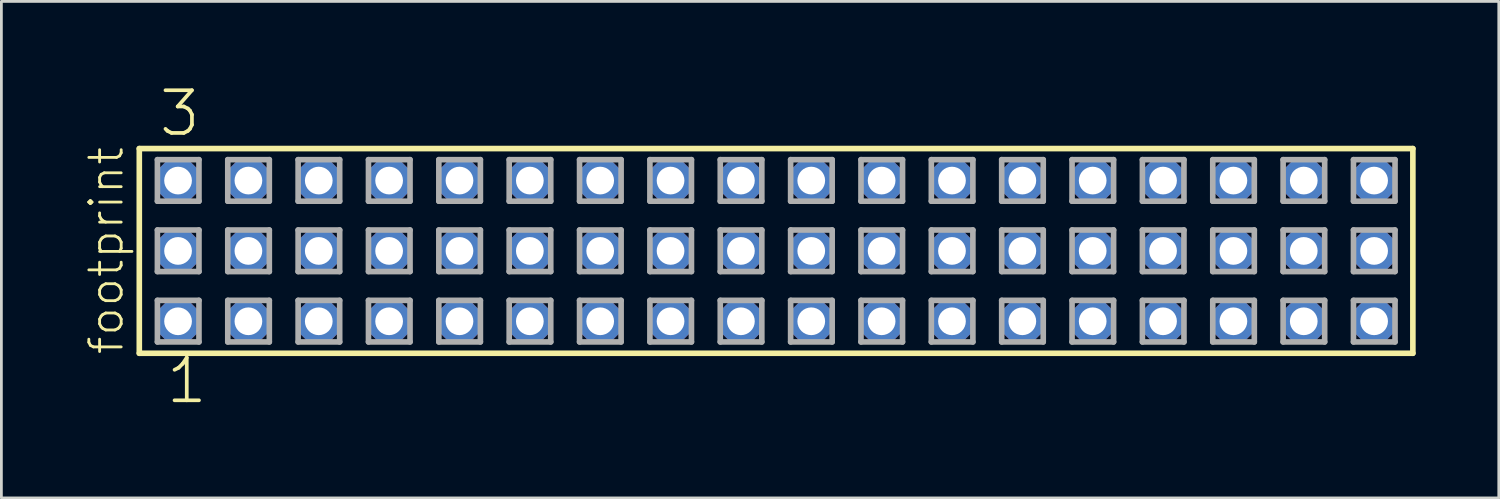
<source format=kicad_pcb>
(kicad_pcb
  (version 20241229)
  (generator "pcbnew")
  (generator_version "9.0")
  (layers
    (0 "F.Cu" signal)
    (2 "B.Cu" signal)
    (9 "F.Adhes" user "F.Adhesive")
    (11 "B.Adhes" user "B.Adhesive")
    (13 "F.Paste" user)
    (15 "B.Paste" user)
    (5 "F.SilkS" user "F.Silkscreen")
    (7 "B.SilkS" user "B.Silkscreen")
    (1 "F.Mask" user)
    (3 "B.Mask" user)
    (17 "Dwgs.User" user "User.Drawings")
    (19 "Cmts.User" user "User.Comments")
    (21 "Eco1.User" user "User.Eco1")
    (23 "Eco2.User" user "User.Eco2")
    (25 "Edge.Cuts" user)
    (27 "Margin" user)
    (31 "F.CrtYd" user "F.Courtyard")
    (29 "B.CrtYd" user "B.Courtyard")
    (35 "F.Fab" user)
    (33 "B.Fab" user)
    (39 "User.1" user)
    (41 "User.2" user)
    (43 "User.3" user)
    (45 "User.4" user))
  (footprint "footprint"
    (layer "F.Cu")
    (at 24.968 6.009)
    (property "Reference" "footprint" (at -23.495 3.81 90) (layer "F.SilkS") (effects (font (size 1.168 1.168) (thickness 0.102)) (justify left bottom)))
    (fp_line (start -22.989 -3.695) (end 22.989 -3.695) (stroke (width 0.203) (type solid)) (layer "F.SilkS"))
    (fp_line (start -22.989 3.695) (end -22.989 -3.695) (stroke (width 0.203) (type solid)) (layer "F.SilkS"))
    (fp_line (start 22.989 -3.695) (end 22.989 3.695) (stroke (width 0.203) (type solid)) (layer "F.SilkS"))
    (fp_line (start 22.989 3.695) (end -22.989 3.695) (stroke (width 0.203) (type solid)) (layer "F.SilkS"))
    (fp_line (start -22.335 -3.295) (end -20.835 -3.295) (stroke (width 0.203) (type solid)) (layer "F.Fab"))
    (fp_line (start -22.335 -1.795) (end -22.335 -3.295) (stroke (width 0.203) (type solid)) (layer "F.Fab"))
    (fp_line (start -22.335 -0.755) (end -20.835 -0.755) (stroke (width 0.203) (type solid)) (layer "F.Fab"))
    (fp_line (start -22.335 0.745) (end -22.335 -0.755) (stroke (width 0.203) (type solid)) (layer "F.Fab"))
    (fp_line (start -22.335 1.785) (end -20.835 1.785) (stroke (width 0.203) (type solid)) (layer "F.Fab"))
    (fp_line (start -22.335 3.285) (end -22.335 1.785) (stroke (width 0.203) (type solid)) (layer "F.Fab"))
    (fp_line (start -20.835 -3.295) (end -20.835 -1.795) (stroke (width 0.203) (type solid)) (layer "F.Fab"))
    (fp_line (start -20.835 -1.795) (end -22.335 -1.795) (stroke (width 0.203) (type solid)) (layer "F.Fab"))
    (fp_line (start -20.835 -0.755) (end -20.835 0.745) (stroke (width 0.203) (type solid)) (layer "F.Fab"))
    (fp_line (start -20.835 0.745) (end -22.335 0.745) (stroke (width 0.203) (type solid)) (layer "F.Fab"))
    (fp_line (start -20.835 1.785) (end -20.835 3.285) (stroke (width 0.203) (type solid)) (layer "F.Fab"))
    (fp_line (start -20.835 3.285) (end -22.335 3.285) (stroke (width 0.203) (type solid)) (layer "F.Fab"))
    (fp_line (start -19.795 -3.295) (end -18.295 -3.295) (stroke (width 0.203) (type solid)) (layer "F.Fab"))
    (fp_line (start -19.795 -1.795) (end -19.795 -3.295) (stroke (width 0.203) (type solid)) (layer "F.Fab"))
    (fp_line (start -19.795 -0.755) (end -18.295 -0.755) (stroke (width 0.203) (type solid)) (layer "F.Fab"))
    (fp_line (start -19.795 0.745) (end -19.795 -0.755) (stroke (width 0.203) (type solid)) (layer "F.Fab"))
    (fp_line (start -19.795 1.785) (end -18.295 1.785) (stroke (width 0.203) (type solid)) (layer "F.Fab"))
    (fp_line (start -19.795 3.285) (end -19.795 1.785) (stroke (width 0.203) (type solid)) (layer "F.Fab"))
    (fp_line (start -18.295 -3.295) (end -18.295 -1.795) (stroke (width 0.203) (type solid)) (layer "F.Fab"))
    (fp_line (start -18.295 -1.795) (end -19.795 -1.795) (stroke (width 0.203) (type solid)) (layer "F.Fab"))
    (fp_line (start -18.295 -0.755) (end -18.295 0.745) (stroke (width 0.203) (type solid)) (layer "F.Fab"))
    (fp_line (start -18.295 0.745) (end -19.795 0.745) (stroke (width 0.203) (type solid)) (layer "F.Fab"))
    (fp_line (start -18.295 1.785) (end -18.295 3.285) (stroke (width 0.203) (type solid)) (layer "F.Fab"))
    (fp_line (start -18.295 3.285) (end -19.795 3.285) (stroke (width 0.203) (type solid)) (layer "F.Fab"))
    (fp_line (start -17.255 -3.295) (end -15.755 -3.295) (stroke (width 0.203) (type solid)) (layer "F.Fab"))
    (fp_line (start -17.255 -1.795) (end -17.255 -3.295) (stroke (width 0.203) (type solid)) (layer "F.Fab"))
    (fp_line (start -17.255 -0.755) (end -15.755 -0.755) (stroke (width 0.203) (type solid)) (layer "F.Fab"))
    (fp_line (start -17.255 0.745) (end -17.255 -0.755) (stroke (width 0.203) (type solid)) (layer "F.Fab"))
    (fp_line (start -17.255 1.785) (end -15.755 1.785) (stroke (width 0.203) (type solid)) (layer "F.Fab"))
    (fp_line (start -17.255 3.285) (end -17.255 1.785) (stroke (width 0.203) (type solid)) (layer "F.Fab"))
    (fp_line (start -15.755 -3.295) (end -15.755 -1.795) (stroke (width 0.203) (type solid)) (layer "F.Fab"))
    (fp_line (start -15.755 -1.795) (end -17.255 -1.795) (stroke (width 0.203) (type solid)) (layer "F.Fab"))
    (fp_line (start -15.755 -0.755) (end -15.755 0.745) (stroke (width 0.203) (type solid)) (layer "F.Fab"))
    (fp_line (start -15.755 0.745) (end -17.255 0.745) (stroke (width 0.203) (type solid)) (layer "F.Fab"))
    (fp_line (start -15.755 1.785) (end -15.755 3.285) (stroke (width 0.203) (type solid)) (layer "F.Fab"))
    (fp_line (start -15.755 3.285) (end -17.255 3.285) (stroke (width 0.203) (type solid)) (layer "F.Fab"))
    (fp_line (start -14.715 -3.295) (end -13.215 -3.295) (stroke (width 0.203) (type solid)) (layer "F.Fab"))
    (fp_line (start -14.715 -1.795) (end -14.715 -3.295) (stroke (width 0.203) (type solid)) (layer "F.Fab"))
    (fp_line (start -14.715 -0.755) (end -13.215 -0.755) (stroke (width 0.203) (type solid)) (layer "F.Fab"))
    (fp_line (start -14.715 0.745) (end -14.715 -0.755) (stroke (width 0.203) (type solid)) (layer "F.Fab"))
    (fp_line (start -14.715 1.785) (end -13.215 1.785) (stroke (width 0.203) (type solid)) (layer "F.Fab"))
    (fp_line (start -14.715 3.285) (end -14.715 1.785) (stroke (width 0.203) (type solid)) (layer "F.Fab"))
    (fp_line (start -13.215 -3.295) (end -13.215 -1.795) (stroke (width 0.203) (type solid)) (layer "F.Fab"))
    (fp_line (start -13.215 -1.795) (end -14.715 -1.795) (stroke (width 0.203) (type solid)) (layer "F.Fab"))
    (fp_line (start -13.215 -0.755) (end -13.215 0.745) (stroke (width 0.203) (type solid)) (layer "F.Fab"))
    (fp_line (start -13.215 0.745) (end -14.715 0.745) (stroke (width 0.203) (type solid)) (layer "F.Fab"))
    (fp_line (start -13.215 1.785) (end -13.215 3.285) (stroke (width 0.203) (type solid)) (layer "F.Fab"))
    (fp_line (start -13.215 3.285) (end -14.715 3.285) (stroke (width 0.203) (type solid)) (layer "F.Fab"))
    (fp_line (start -12.175 -3.295) (end -10.675 -3.295) (stroke (width 0.203) (type solid)) (layer "F.Fab"))
    (fp_line (start -12.175 -1.795) (end -12.175 -3.295) (stroke (width 0.203) (type solid)) (layer "F.Fab"))
    (fp_line (start -12.175 -0.755) (end -10.675 -0.755) (stroke (width 0.203) (type solid)) (layer "F.Fab"))
    (fp_line (start -12.175 0.745) (end -12.175 -0.755) (stroke (width 0.203) (type solid)) (layer "F.Fab"))
    (fp_line (start -12.175 1.785) (end -10.675 1.785) (stroke (width 0.203) (type solid)) (layer "F.Fab"))
    (fp_line (start -12.175 3.285) (end -12.175 1.785) (stroke (width 0.203) (type solid)) (layer "F.Fab"))
    (fp_line (start -10.675 -3.295) (end -10.675 -1.795) (stroke (width 0.203) (type solid)) (layer "F.Fab"))
    (fp_line (start -10.675 -1.795) (end -12.175 -1.795) (stroke (width 0.203) (type solid)) (layer "F.Fab"))
    (fp_line (start -10.675 -0.755) (end -10.675 0.745) (stroke (width 0.203) (type solid)) (layer "F.Fab"))
    (fp_line (start -10.675 0.745) (end -12.175 0.745) (stroke (width 0.203) (type solid)) (layer "F.Fab"))
    (fp_line (start -10.675 1.785) (end -10.675 3.285) (stroke (width 0.203) (type solid)) (layer "F.Fab"))
    (fp_line (start -10.675 3.285) (end -12.175 3.285) (stroke (width 0.203) (type solid)) (layer "F.Fab"))
    (fp_line (start -9.635 -3.295) (end -8.135 -3.295) (stroke (width 0.203) (type solid)) (layer "F.Fab"))
    (fp_line (start -9.635 -1.795) (end -9.635 -3.295) (stroke (width 0.203) (type solid)) (layer "F.Fab"))
    (fp_line (start -9.635 -0.755) (end -8.135 -0.755) (stroke (width 0.203) (type solid)) (layer "F.Fab"))
    (fp_line (start -9.635 0.745) (end -9.635 -0.755) (stroke (width 0.203) (type solid)) (layer "F.Fab"))
    (fp_line (start -9.635 1.785) (end -8.135 1.785) (stroke (width 0.203) (type solid)) (layer "F.Fab"))
    (fp_line (start -9.635 3.285) (end -9.635 1.785) (stroke (width 0.203) (type solid)) (layer "F.Fab"))
    (fp_line (start -8.135 -3.295) (end -8.135 -1.795) (stroke (width 0.203) (type solid)) (layer "F.Fab"))
    (fp_line (start -8.135 -1.795) (end -9.635 -1.795) (stroke (width 0.203) (type solid)) (layer "F.Fab"))
    (fp_line (start -8.135 -0.755) (end -8.135 0.745) (stroke (width 0.203) (type solid)) (layer "F.Fab"))
    (fp_line (start -8.135 0.745) (end -9.635 0.745) (stroke (width 0.203) (type solid)) (layer "F.Fab"))
    (fp_line (start -8.135 1.785) (end -8.135 3.285) (stroke (width 0.203) (type solid)) (layer "F.Fab"))
    (fp_line (start -8.135 3.285) (end -9.635 3.285) (stroke (width 0.203) (type solid)) (layer "F.Fab"))
    (fp_line (start -7.095 -3.295) (end -5.595 -3.295) (stroke (width 0.203) (type solid)) (layer "F.Fab"))
    (fp_line (start -7.095 -1.795) (end -7.095 -3.295) (stroke (width 0.203) (type solid)) (layer "F.Fab"))
    (fp_line (start -7.095 -0.755) (end -5.595 -0.755) (stroke (width 0.203) (type solid)) (layer "F.Fab"))
    (fp_line (start -7.095 0.745) (end -7.095 -0.755) (stroke (width 0.203) (type solid)) (layer "F.Fab"))
    (fp_line (start -7.095 1.785) (end -5.595 1.785) (stroke (width 0.203) (type solid)) (layer "F.Fab"))
    (fp_line (start -7.095 3.285) (end -7.095 1.785) (stroke (width 0.203) (type solid)) (layer "F.Fab"))
    (fp_line (start -5.595 -3.295) (end -5.595 -1.795) (stroke (width 0.203) (type solid)) (layer "F.Fab"))
    (fp_line (start -5.595 -1.795) (end -7.095 -1.795) (stroke (width 0.203) (type solid)) (layer "F.Fab"))
    (fp_line (start -5.595 -0.755) (end -5.595 0.745) (stroke (width 0.203) (type solid)) (layer "F.Fab"))
    (fp_line (start -5.595 0.745) (end -7.095 0.745) (stroke (width 0.203) (type solid)) (layer "F.Fab"))
    (fp_line (start -5.595 1.785) (end -5.595 3.285) (stroke (width 0.203) (type solid)) (layer "F.Fab"))
    (fp_line (start -5.595 3.285) (end -7.095 3.285) (stroke (width 0.203) (type solid)) (layer "F.Fab"))
    (fp_line (start -4.555 -3.295) (end -3.055 -3.295) (stroke (width 0.203) (type solid)) (layer "F.Fab"))
    (fp_line (start -4.555 -1.795) (end -4.555 -3.295) (stroke (width 0.203) (type solid)) (layer "F.Fab"))
    (fp_line (start -4.555 -0.755) (end -3.055 -0.755) (stroke (width 0.203) (type solid)) (layer "F.Fab"))
    (fp_line (start -4.555 0.745) (end -4.555 -0.755) (stroke (width 0.203) (type solid)) (layer "F.Fab"))
    (fp_line (start -4.555 1.785) (end -3.055 1.785) (stroke (width 0.203) (type solid)) (layer "F.Fab"))
    (fp_line (start -4.555 3.285) (end -4.555 1.785) (stroke (width 0.203) (type solid)) (layer "F.Fab"))
    (fp_line (start -3.055 -3.295) (end -3.055 -1.795) (stroke (width 0.203) (type solid)) (layer "F.Fab"))
    (fp_line (start -3.055 -1.795) (end -4.555 -1.795) (stroke (width 0.203) (type solid)) (layer "F.Fab"))
    (fp_line (start -3.055 -0.755) (end -3.055 0.745) (stroke (width 0.203) (type solid)) (layer "F.Fab"))
    (fp_line (start -3.055 0.745) (end -4.555 0.745) (stroke (width 0.203) (type solid)) (layer "F.Fab"))
    (fp_line (start -3.055 1.785) (end -3.055 3.285) (stroke (width 0.203) (type solid)) (layer "F.Fab"))
    (fp_line (start -3.055 3.285) (end -4.555 3.285) (stroke (width 0.203) (type solid)) (layer "F.Fab"))
    (fp_line (start -2.015 -3.295) (end -0.515 -3.295) (stroke (width 0.203) (type solid)) (layer "F.Fab"))
    (fp_line (start -2.015 -1.795) (end -2.015 -3.295) (stroke (width 0.203) (type solid)) (layer "F.Fab"))
    (fp_line (start -2.015 -0.755) (end -0.515 -0.755) (stroke (width 0.203) (type solid)) (layer "F.Fab"))
    (fp_line (start -2.015 0.745) (end -2.015 -0.755) (stroke (width 0.203) (type solid)) (layer "F.Fab"))
    (fp_line (start -2.015 1.785) (end -0.515 1.785) (stroke (width 0.203) (type solid)) (layer "F.Fab"))
    (fp_line (start -2.015 3.285) (end -2.015 1.785) (stroke (width 0.203) (type solid)) (layer "F.Fab"))
    (fp_line (start -0.515 -3.295) (end -0.515 -1.795) (stroke (width 0.203) (type solid)) (layer "F.Fab"))
    (fp_line (start -0.515 -1.795) (end -2.015 -1.795) (stroke (width 0.203) (type solid)) (layer "F.Fab"))
    (fp_line (start -0.515 -0.755) (end -0.515 0.745) (stroke (width 0.203) (type solid)) (layer "F.Fab"))
    (fp_line (start -0.515 0.745) (end -2.015 0.745) (stroke (width 0.203) (type solid)) (layer "F.Fab"))
    (fp_line (start -0.515 1.785) (end -0.515 3.285) (stroke (width 0.203) (type solid)) (layer "F.Fab"))
    (fp_line (start -0.515 3.285) (end -2.015 3.285) (stroke (width 0.203) (type solid)) (layer "F.Fab"))
    (fp_line (start 0.525 -3.295) (end 2.025 -3.295) (stroke (width 0.203) (type solid)) (layer "F.Fab"))
    (fp_line (start 0.525 -1.795) (end 0.525 -3.295) (stroke (width 0.203) (type solid)) (layer "F.Fab"))
    (fp_line (start 0.525 -0.755) (end 2.025 -0.755) (stroke (width 0.203) (type solid)) (layer "F.Fab"))
    (fp_line (start 0.525 0.745) (end 0.525 -0.755) (stroke (width 0.203) (type solid)) (layer "F.Fab"))
    (fp_line (start 0.525 1.785) (end 2.025 1.785) (stroke (width 0.203) (type solid)) (layer "F.Fab"))
    (fp_line (start 0.525 3.285) (end 0.525 1.785) (stroke (width 0.203) (type solid)) (layer "F.Fab"))
    (fp_line (start 2.025 -3.295) (end 2.025 -1.795) (stroke (width 0.203) (type solid)) (layer "F.Fab"))
    (fp_line (start 2.025 -1.795) (end 0.525 -1.795) (stroke (width 0.203) (type solid)) (layer "F.Fab"))
    (fp_line (start 2.025 -0.755) (end 2.025 0.745) (stroke (width 0.203) (type solid)) (layer "F.Fab"))
    (fp_line (start 2.025 0.745) (end 0.525 0.745) (stroke (width 0.203) (type solid)) (layer "F.Fab"))
    (fp_line (start 2.025 1.785) (end 2.025 3.285) (stroke (width 0.203) (type solid)) (layer "F.Fab"))
    (fp_line (start 2.025 3.285) (end 0.525 3.285) (stroke (width 0.203) (type solid)) (layer "F.Fab"))
    (fp_line (start 3.065 -3.295) (end 4.565 -3.295) (stroke (width 0.203) (type solid)) (layer "F.Fab"))
    (fp_line (start 3.065 -1.795) (end 3.065 -3.295) (stroke (width 0.203) (type solid)) (layer "F.Fab"))
    (fp_line (start 3.065 -0.755) (end 4.565 -0.755) (stroke (width 0.203) (type solid)) (layer "F.Fab"))
    (fp_line (start 3.065 0.745) (end 3.065 -0.755) (stroke (width 0.203) (type solid)) (layer "F.Fab"))
    (fp_line (start 3.065 1.785) (end 4.565 1.785) (stroke (width 0.203) (type solid)) (layer "F.Fab"))
    (fp_line (start 3.065 3.285) (end 3.065 1.785) (stroke (width 0.203) (type solid)) (layer "F.Fab"))
    (fp_line (start 4.565 -3.295) (end 4.565 -1.795) (stroke (width 0.203) (type solid)) (layer "F.Fab"))
    (fp_line (start 4.565 -1.795) (end 3.065 -1.795) (stroke (width 0.203) (type solid)) (layer "F.Fab"))
    (fp_line (start 4.565 -0.755) (end 4.565 0.745) (stroke (width 0.203) (type solid)) (layer "F.Fab"))
    (fp_line (start 4.565 0.745) (end 3.065 0.745) (stroke (width 0.203) (type solid)) (layer "F.Fab"))
    (fp_line (start 4.565 1.785) (end 4.565 3.285) (stroke (width 0.203) (type solid)) (layer "F.Fab"))
    (fp_line (start 4.565 3.285) (end 3.065 3.285) (stroke (width 0.203) (type solid)) (layer "F.Fab"))
    (fp_line (start 5.605 -3.295) (end 7.105 -3.295) (stroke (width 0.203) (type solid)) (layer "F.Fab"))
    (fp_line (start 5.605 -1.795) (end 5.605 -3.295) (stroke (width 0.203) (type solid)) (layer "F.Fab"))
    (fp_line (start 5.605 -0.755) (end 7.105 -0.755) (stroke (width 0.203) (type solid)) (layer "F.Fab"))
    (fp_line (start 5.605 0.745) (end 5.605 -0.755) (stroke (width 0.203) (type solid)) (layer "F.Fab"))
    (fp_line (start 5.605 1.785) (end 7.105 1.785) (stroke (width 0.203) (type solid)) (layer "F.Fab"))
    (fp_line (start 5.605 3.285) (end 5.605 1.785) (stroke (width 0.203) (type solid)) (layer "F.Fab"))
    (fp_line (start 7.105 -3.295) (end 7.105 -1.795) (stroke (width 0.203) (type solid)) (layer "F.Fab"))
    (fp_line (start 7.105 -1.795) (end 5.605 -1.795) (stroke (width 0.203) (type solid)) (layer "F.Fab"))
    (fp_line (start 7.105 -0.755) (end 7.105 0.745) (stroke (width 0.203) (type solid)) (layer "F.Fab"))
    (fp_line (start 7.105 0.745) (end 5.605 0.745) (stroke (width 0.203) (type solid)) (layer "F.Fab"))
    (fp_line (start 7.105 1.785) (end 7.105 3.285) (stroke (width 0.203) (type solid)) (layer "F.Fab"))
    (fp_line (start 7.105 3.285) (end 5.605 3.285) (stroke (width 0.203) (type solid)) (layer "F.Fab"))
    (fp_line (start 8.145 -3.295) (end 9.645 -3.295) (stroke (width 0.203) (type solid)) (layer "F.Fab"))
    (fp_line (start 8.145 -1.795) (end 8.145 -3.295) (stroke (width 0.203) (type solid)) (layer "F.Fab"))
    (fp_line (start 8.145 -0.755) (end 9.645 -0.755) (stroke (width 0.203) (type solid)) (layer "F.Fab"))
    (fp_line (start 8.145 0.745) (end 8.145 -0.755) (stroke (width 0.203) (type solid)) (layer "F.Fab"))
    (fp_line (start 8.145 1.785) (end 9.645 1.785) (stroke (width 0.203) (type solid)) (layer "F.Fab"))
    (fp_line (start 8.145 3.285) (end 8.145 1.785) (stroke (width 0.203) (type solid)) (layer "F.Fab"))
    (fp_line (start 9.645 -3.295) (end 9.645 -1.795) (stroke (width 0.203) (type solid)) (layer "F.Fab"))
    (fp_line (start 9.645 -1.795) (end 8.145 -1.795) (stroke (width 0.203) (type solid)) (layer "F.Fab"))
    (fp_line (start 9.645 -0.755) (end 9.645 0.745) (stroke (width 0.203) (type solid)) (layer "F.Fab"))
    (fp_line (start 9.645 0.745) (end 8.145 0.745) (stroke (width 0.203) (type solid)) (layer "F.Fab"))
    (fp_line (start 9.645 1.785) (end 9.645 3.285) (stroke (width 0.203) (type solid)) (layer "F.Fab"))
    (fp_line (start 9.645 3.285) (end 8.145 3.285) (stroke (width 0.203) (type solid)) (layer "F.Fab"))
    (fp_line (start 10.685 -3.295) (end 12.185 -3.295) (stroke (width 0.203) (type solid)) (layer "F.Fab"))
    (fp_line (start 10.685 -1.795) (end 10.685 -3.295) (stroke (width 0.203) (type solid)) (layer "F.Fab"))
    (fp_line (start 10.685 -0.755) (end 12.185 -0.755) (stroke (width 0.203) (type solid)) (layer "F.Fab"))
    (fp_line (start 10.685 0.745) (end 10.685 -0.755) (stroke (width 0.203) (type solid)) (layer "F.Fab"))
    (fp_line (start 10.685 1.785) (end 12.185 1.785) (stroke (width 0.203) (type solid)) (layer "F.Fab"))
    (fp_line (start 10.685 3.285) (end 10.685 1.785) (stroke (width 0.203) (type solid)) (layer "F.Fab"))
    (fp_line (start 12.185 -3.295) (end 12.185 -1.795) (stroke (width 0.203) (type solid)) (layer "F.Fab"))
    (fp_line (start 12.185 -1.795) (end 10.685 -1.795) (stroke (width 0.203) (type solid)) (layer "F.Fab"))
    (fp_line (start 12.185 -0.755) (end 12.185 0.745) (stroke (width 0.203) (type solid)) (layer "F.Fab"))
    (fp_line (start 12.185 0.745) (end 10.685 0.745) (stroke (width 0.203) (type solid)) (layer "F.Fab"))
    (fp_line (start 12.185 1.785) (end 12.185 3.285) (stroke (width 0.203) (type solid)) (layer "F.Fab"))
    (fp_line (start 12.185 3.285) (end 10.685 3.285) (stroke (width 0.203) (type solid)) (layer "F.Fab"))
    (fp_line (start 13.225 -3.295) (end 14.725 -3.295) (stroke (width 0.203) (type solid)) (layer "F.Fab"))
    (fp_line (start 13.225 -1.795) (end 13.225 -3.295) (stroke (width 0.203) (type solid)) (layer "F.Fab"))
    (fp_line (start 13.225 -0.755) (end 14.725 -0.755) (stroke (width 0.203) (type solid)) (layer "F.Fab"))
    (fp_line (start 13.225 0.745) (end 13.225 -0.755) (stroke (width 0.203) (type solid)) (layer "F.Fab"))
    (fp_line (start 13.225 1.785) (end 14.725 1.785) (stroke (width 0.203) (type solid)) (layer "F.Fab"))
    (fp_line (start 13.225 3.285) (end 13.225 1.785) (stroke (width 0.203) (type solid)) (layer "F.Fab"))
    (fp_line (start 14.725 -3.295) (end 14.725 -1.795) (stroke (width 0.203) (type solid)) (layer "F.Fab"))
    (fp_line (start 14.725 -1.795) (end 13.225 -1.795) (stroke (width 0.203) (type solid)) (layer "F.Fab"))
    (fp_line (start 14.725 -0.755) (end 14.725 0.745) (stroke (width 0.203) (type solid)) (layer "F.Fab"))
    (fp_line (start 14.725 0.745) (end 13.225 0.745) (stroke (width 0.203) (type solid)) (layer "F.Fab"))
    (fp_line (start 14.725 1.785) (end 14.725 3.285) (stroke (width 0.203) (type solid)) (layer "F.Fab"))
    (fp_line (start 14.725 3.285) (end 13.225 3.285) (stroke (width 0.203) (type solid)) (layer "F.Fab"))
    (fp_line (start 15.765 -3.295) (end 17.265 -3.295) (stroke (width 0.203) (type solid)) (layer "F.Fab"))
    (fp_line (start 15.765 -1.795) (end 15.765 -3.295) (stroke (width 0.203) (type solid)) (layer "F.Fab"))
    (fp_line (start 15.765 -0.755) (end 17.265 -0.755) (stroke (width 0.203) (type solid)) (layer "F.Fab"))
    (fp_line (start 15.765 0.745) (end 15.765 -0.755) (stroke (width 0.203) (type solid)) (layer "F.Fab"))
    (fp_line (start 15.765 1.785) (end 17.265 1.785) (stroke (width 0.203) (type solid)) (layer "F.Fab"))
    (fp_line (start 15.765 3.285) (end 15.765 1.785) (stroke (width 0.203) (type solid)) (layer "F.Fab"))
    (fp_line (start 17.265 -3.295) (end 17.265 -1.795) (stroke (width 0.203) (type solid)) (layer "F.Fab"))
    (fp_line (start 17.265 -1.795) (end 15.765 -1.795) (stroke (width 0.203) (type solid)) (layer "F.Fab"))
    (fp_line (start 17.265 -0.755) (end 17.265 0.745) (stroke (width 0.203) (type solid)) (layer "F.Fab"))
    (fp_line (start 17.265 0.745) (end 15.765 0.745) (stroke (width 0.203) (type solid)) (layer "F.Fab"))
    (fp_line (start 17.265 1.785) (end 17.265 3.285) (stroke (width 0.203) (type solid)) (layer "F.Fab"))
    (fp_line (start 17.265 3.285) (end 15.765 3.285) (stroke (width 0.203) (type solid)) (layer "F.Fab"))
    (fp_line (start 18.305 -3.295) (end 19.805 -3.295) (stroke (width 0.203) (type solid)) (layer "F.Fab"))
    (fp_line (start 18.305 -1.795) (end 18.305 -3.295) (stroke (width 0.203) (type solid)) (layer "F.Fab"))
    (fp_line (start 18.305 -0.755) (end 19.805 -0.755) (stroke (width 0.203) (type solid)) (layer "F.Fab"))
    (fp_line (start 18.305 0.745) (end 18.305 -0.755) (stroke (width 0.203) (type solid)) (layer "F.Fab"))
    (fp_line (start 18.305 1.785) (end 19.805 1.785) (stroke (width 0.203) (type solid)) (layer "F.Fab"))
    (fp_line (start 18.305 3.285) (end 18.305 1.785) (stroke (width 0.203) (type solid)) (layer "F.Fab"))
    (fp_line (start 19.805 -3.295) (end 19.805 -1.795) (stroke (width 0.203) (type solid)) (layer "F.Fab"))
    (fp_line (start 19.805 -1.795) (end 18.305 -1.795) (stroke (width 0.203) (type solid)) (layer "F.Fab"))
    (fp_line (start 19.805 -0.755) (end 19.805 0.745) (stroke (width 0.203) (type solid)) (layer "F.Fab"))
    (fp_line (start 19.805 0.745) (end 18.305 0.745) (stroke (width 0.203) (type solid)) (layer "F.Fab"))
    (fp_line (start 19.805 1.785) (end 19.805 3.285) (stroke (width 0.203) (type solid)) (layer "F.Fab"))
    (fp_line (start 19.805 3.285) (end 18.305 3.285) (stroke (width 0.203) (type solid)) (layer "F.Fab"))
    (fp_line (start 20.845 -3.295) (end 22.345 -3.295) (stroke (width 0.203) (type solid)) (layer "F.Fab"))
    (fp_line (start 20.845 -1.795) (end 20.845 -3.295) (stroke (width 0.203) (type solid)) (layer "F.Fab"))
    (fp_line (start 20.845 -0.755) (end 22.345 -0.755) (stroke (width 0.203) (type solid)) (layer "F.Fab"))
    (fp_line (start 20.845 0.745) (end 20.845 -0.755) (stroke (width 0.203) (type solid)) (layer "F.Fab"))
    (fp_line (start 20.845 1.785) (end 22.345 1.785) (stroke (width 0.203) (type solid)) (layer "F.Fab"))
    (fp_line (start 20.845 3.285) (end 20.845 1.785) (stroke (width 0.203) (type solid)) (layer "F.Fab"))
    (fp_line (start 22.345 -3.295) (end 22.345 -1.795) (stroke (width 0.203) (type solid)) (layer "F.Fab"))
    (fp_line (start 22.345 -1.795) (end 20.845 -1.795) (stroke (width 0.203) (type solid)) (layer "F.Fab"))
    (fp_line (start 22.345 -0.755) (end 22.345 0.745) (stroke (width 0.203) (type solid)) (layer "F.Fab"))
    (fp_line (start 22.345 0.745) (end 20.845 0.745) (stroke (width 0.203) (type solid)) (layer "F.Fab"))
    (fp_line (start 22.345 1.785) (end 22.345 3.285) (stroke (width 0.203) (type solid)) (layer "F.Fab"))
    (fp_line (start 22.345 3.285) (end 20.845 3.285) (stroke (width 0.203) (type solid)) (layer "F.Fab"))
    (fp_text user "1" (at -22.098 5.588 0) (layer "F.SilkS") (effects (font (size 1.542 1.542) (thickness 0.134)) (justify left bottom)))
    (fp_text user "3" (at -22.352 -4.064 0) (layer "F.SilkS") (effects (font (size 1.542 1.542) (thickness 0.134)) (justify left bottom)))
    (pad "1" thru_hole roundrect (at -21.59 2.54) (size 1.5 1.5) (drill 1) (layers "*.Cu" "*.Mask") (roundrect_rratio 0.25) (chamfer_ratio 0.25) (chamfer top_left top_right bottom_left bottom_right))
    (pad "2" thru_hole roundrect (at -21.59 0) (size 1.5 1.5) (drill 1) (layers "*.Cu" "*.Mask") (roundrect_rratio 0.25) (chamfer_ratio 0.25) (chamfer top_left top_right bottom_left bottom_right))
    (pad "3" thru_hole roundrect (at -21.59 -2.54) (size 1.5 1.5) (drill 1) (layers "*.Cu" "*.Mask") (roundrect_rratio 0.25) (chamfer_ratio 0.25) (chamfer top_left top_right bottom_left bottom_right))
    (pad "4" thru_hole roundrect (at -19.05 2.54) (size 1.5 1.5) (drill 1) (layers "*.Cu" "*.Mask") (roundrect_rratio 0.25) (chamfer_ratio 0.25) (chamfer top_left top_right bottom_left bottom_right))
    (pad "5" thru_hole roundrect (at -19.05 0) (size 1.5 1.5) (drill 1) (layers "*.Cu" "*.Mask") (roundrect_rratio 0.25) (chamfer_ratio 0.25) (chamfer top_left top_right bottom_left bottom_right))
    (pad "6" thru_hole roundrect (at -19.05 -2.54) (size 1.5 1.5) (drill 1) (layers "*.Cu" "*.Mask") (roundrect_rratio 0.25) (chamfer_ratio 0.25) (chamfer top_left top_right bottom_left bottom_right))
    (pad "7" thru_hole roundrect (at -16.51 2.54) (size 1.5 1.5) (drill 1) (layers "*.Cu" "*.Mask") (roundrect_rratio 0.25) (chamfer_ratio 0.25) (chamfer top_left top_right bottom_left bottom_right))
    (pad "8" thru_hole roundrect (at -16.51 0) (size 1.5 1.5) (drill 1) (layers "*.Cu" "*.Mask") (roundrect_rratio 0.25) (chamfer_ratio 0.25) (chamfer top_left top_right bottom_left bottom_right))
    (pad "9" thru_hole roundrect (at -16.51 -2.54) (size 1.5 1.5) (drill 1) (layers "*.Cu" "*.Mask") (roundrect_rratio 0.25) (chamfer_ratio 0.25) (chamfer top_left top_right bottom_left bottom_right))
    (pad "10" thru_hole roundrect (at -13.97 2.54) (size 1.5 1.5) (drill 1) (layers "*.Cu" "*.Mask") (roundrect_rratio 0.25) (chamfer_ratio 0.25) (chamfer top_left top_right bottom_left bottom_right))
    (pad "11" thru_hole roundrect (at -13.97 0) (size 1.5 1.5) (drill 1) (layers "*.Cu" "*.Mask") (roundrect_rratio 0.25) (chamfer_ratio 0.25) (chamfer top_left top_right bottom_left bottom_right))
    (pad "12" thru_hole roundrect (at -13.97 -2.54) (size 1.5 1.5) (drill 1) (layers "*.Cu" "*.Mask") (roundrect_rratio 0.25) (chamfer_ratio 0.25) (chamfer top_left top_right bottom_left bottom_right))
    (pad "13" thru_hole roundrect (at -11.43 2.54) (size 1.5 1.5) (drill 1) (layers "*.Cu" "*.Mask") (roundrect_rratio 0.25) (chamfer_ratio 0.25) (chamfer top_left top_right bottom_left bottom_right))
    (pad "14" thru_hole roundrect (at -11.43 0) (size 1.5 1.5) (drill 1) (layers "*.Cu" "*.Mask") (roundrect_rratio 0.25) (chamfer_ratio 0.25) (chamfer top_left top_right bottom_left bottom_right))
    (pad "15" thru_hole roundrect (at -11.43 -2.54) (size 1.5 1.5) (drill 1) (layers "*.Cu" "*.Mask") (roundrect_rratio 0.25) (chamfer_ratio 0.25) (chamfer top_left top_right bottom_left bottom_right))
    (pad "16" thru_hole roundrect (at -8.89 2.54) (size 1.5 1.5) (drill 1) (layers "*.Cu" "*.Mask") (roundrect_rratio 0.25) (chamfer_ratio 0.25) (chamfer top_left top_right bottom_left bottom_right))
    (pad "17" thru_hole roundrect (at -8.89 0) (size 1.5 1.5) (drill 1) (layers "*.Cu" "*.Mask") (roundrect_rratio 0.25) (chamfer_ratio 0.25) (chamfer top_left top_right bottom_left bottom_right))
    (pad "18" thru_hole roundrect (at -8.89 -2.54) (size 1.5 1.5) (drill 1) (layers "*.Cu" "*.Mask") (roundrect_rratio 0.25) (chamfer_ratio 0.25) (chamfer top_left top_right bottom_left bottom_right))
    (pad "19" thru_hole roundrect (at -6.35 2.54) (size 1.5 1.5) (drill 1) (layers "*.Cu" "*.Mask") (roundrect_rratio 0.25) (chamfer_ratio 0.25) (chamfer top_left top_right bottom_left bottom_right))
    (pad "20" thru_hole roundrect (at -6.35 0) (size 1.5 1.5) (drill 1) (layers "*.Cu" "*.Mask") (roundrect_rratio 0.25) (chamfer_ratio 0.25) (chamfer top_left top_right bottom_left bottom_right))
    (pad "21" thru_hole roundrect (at -6.35 -2.54) (size 1.5 1.5) (drill 1) (layers "*.Cu" "*.Mask") (roundrect_rratio 0.25) (chamfer_ratio 0.25) (chamfer top_left top_right bottom_left bottom_right))
    (pad "22" thru_hole roundrect (at -3.81 2.54) (size 1.5 1.5) (drill 1) (layers "*.Cu" "*.Mask") (roundrect_rratio 0.25) (chamfer_ratio 0.25) (chamfer top_left top_right bottom_left bottom_right))
    (pad "23" thru_hole roundrect (at -3.81 0) (size 1.5 1.5) (drill 1) (layers "*.Cu" "*.Mask") (roundrect_rratio 0.25) (chamfer_ratio 0.25) (chamfer top_left top_right bottom_left bottom_right))
    (pad "24" thru_hole roundrect (at -3.81 -2.54) (size 1.5 1.5) (drill 1) (layers "*.Cu" "*.Mask") (roundrect_rratio 0.25) (chamfer_ratio 0.25) (chamfer top_left top_right bottom_left bottom_right))
    (pad "25" thru_hole roundrect (at -1.27 2.54) (size 1.5 1.5) (drill 1) (layers "*.Cu" "*.Mask") (roundrect_rratio 0.25) (chamfer_ratio 0.25) (chamfer top_left top_right bottom_left bottom_right))
    (pad "26" thru_hole roundrect (at -1.27 0) (size 1.5 1.5) (drill 1) (layers "*.Cu" "*.Mask") (roundrect_rratio 0.25) (chamfer_ratio 0.25) (chamfer top_left top_right bottom_left bottom_right))
    (pad "27" thru_hole roundrect (at -1.27 -2.54) (size 1.5 1.5) (drill 1) (layers "*.Cu" "*.Mask") (roundrect_rratio 0.25) (chamfer_ratio 0.25) (chamfer top_left top_right bottom_left bottom_right))
    (pad "28" thru_hole roundrect (at 1.27 2.54) (size 1.5 1.5) (drill 1) (layers "*.Cu" "*.Mask") (roundrect_rratio 0.25) (chamfer_ratio 0.25) (chamfer top_left top_right bottom_left bottom_right))
    (pad "29" thru_hole roundrect (at 1.27 0) (size 1.5 1.5) (drill 1) (layers "*.Cu" "*.Mask") (roundrect_rratio 0.25) (chamfer_ratio 0.25) (chamfer top_left top_right bottom_left bottom_right))
    (pad "30" thru_hole roundrect (at 1.27 -2.54) (size 1.5 1.5) (drill 1) (layers "*.Cu" "*.Mask") (roundrect_rratio 0.25) (chamfer_ratio 0.25) (chamfer top_left top_right bottom_left bottom_right))
    (pad "31" thru_hole roundrect (at 3.81 2.54) (size 1.5 1.5) (drill 1) (layers "*.Cu" "*.Mask") (roundrect_rratio 0.25) (chamfer_ratio 0.25) (chamfer top_left top_right bottom_left bottom_right))
    (pad "32" thru_hole roundrect (at 3.81 0) (size 1.5 1.5) (drill 1) (layers "*.Cu" "*.Mask") (roundrect_rratio 0.25) (chamfer_ratio 0.25) (chamfer top_left top_right bottom_left bottom_right))
    (pad "33" thru_hole roundrect (at 3.81 -2.54) (size 1.5 1.5) (drill 1) (layers "*.Cu" "*.Mask") (roundrect_rratio 0.25) (chamfer_ratio 0.25) (chamfer top_left top_right bottom_left bottom_right))
    (pad "34" thru_hole roundrect (at 6.35 2.54) (size 1.5 1.5) (drill 1) (layers "*.Cu" "*.Mask") (roundrect_rratio 0.25) (chamfer_ratio 0.25) (chamfer top_left top_right bottom_left bottom_right))
    (pad "35" thru_hole roundrect (at 6.35 0) (size 1.5 1.5) (drill 1) (layers "*.Cu" "*.Mask") (roundrect_rratio 0.25) (chamfer_ratio 0.25) (chamfer top_left top_right bottom_left bottom_right))
    (pad "36" thru_hole roundrect (at 6.35 -2.54) (size 1.5 1.5) (drill 1) (layers "*.Cu" "*.Mask") (roundrect_rratio 0.25) (chamfer_ratio 0.25) (chamfer top_left top_right bottom_left bottom_right))
    (pad "37" thru_hole roundrect (at 8.89 2.54) (size 1.5 1.5) (drill 1) (layers "*.Cu" "*.Mask") (roundrect_rratio 0.25) (chamfer_ratio 0.25) (chamfer top_left top_right bottom_left bottom_right))
    (pad "38" thru_hole roundrect (at 8.89 0) (size 1.5 1.5) (drill 1) (layers "*.Cu" "*.Mask") (roundrect_rratio 0.25) (chamfer_ratio 0.25) (chamfer top_left top_right bottom_left bottom_right))
    (pad "39" thru_hole roundrect (at 8.89 -2.54) (size 1.5 1.5) (drill 1) (layers "*.Cu" "*.Mask") (roundrect_rratio 0.25) (chamfer_ratio 0.25) (chamfer top_left top_right bottom_left bottom_right))
    (pad "40" thru_hole roundrect (at 11.43 2.54) (size 1.5 1.5) (drill 1) (layers "*.Cu" "*.Mask") (roundrect_rratio 0.25) (chamfer_ratio 0.25) (chamfer top_left top_right bottom_left bottom_right))
    (pad "41" thru_hole roundrect (at 11.43 0) (size 1.5 1.5) (drill 1) (layers "*.Cu" "*.Mask") (roundrect_rratio 0.25) (chamfer_ratio 0.25) (chamfer top_left top_right bottom_left bottom_right))
    (pad "42" thru_hole roundrect (at 11.43 -2.54) (size 1.5 1.5) (drill 1) (layers "*.Cu" "*.Mask") (roundrect_rratio 0.25) (chamfer_ratio 0.25) (chamfer top_left top_right bottom_left bottom_right))
    (pad "43" thru_hole roundrect (at 13.97 2.54) (size 1.5 1.5) (drill 1) (layers "*.Cu" "*.Mask") (roundrect_rratio 0.25) (chamfer_ratio 0.25) (chamfer top_left top_right bottom_left bottom_right))
    (pad "44" thru_hole roundrect (at 13.97 0) (size 1.5 1.5) (drill 1) (layers "*.Cu" "*.Mask") (roundrect_rratio 0.25) (chamfer_ratio 0.25) (chamfer top_left top_right bottom_left bottom_right))
    (pad "45" thru_hole roundrect (at 13.97 -2.54) (size 1.5 1.5) (drill 1) (layers "*.Cu" "*.Mask") (roundrect_rratio 0.25) (chamfer_ratio 0.25) (chamfer top_left top_right bottom_left bottom_right))
    (pad "46" thru_hole roundrect (at 16.51 2.54) (size 1.5 1.5) (drill 1) (layers "*.Cu" "*.Mask") (roundrect_rratio 0.25) (chamfer_ratio 0.25) (chamfer top_left top_right bottom_left bottom_right))
    (pad "47" thru_hole roundrect (at 16.51 0) (size 1.5 1.5) (drill 1) (layers "*.Cu" "*.Mask") (roundrect_rratio 0.25) (chamfer_ratio 0.25) (chamfer top_left top_right bottom_left bottom_right))
    (pad "48" thru_hole roundrect (at 16.51 -2.54) (size 1.5 1.5) (drill 1) (layers "*.Cu" "*.Mask") (roundrect_rratio 0.25) (chamfer_ratio 0.25) (chamfer top_left top_right bottom_left bottom_right))
    (pad "49" thru_hole roundrect (at 19.05 2.54) (size 1.5 1.5) (drill 1) (layers "*.Cu" "*.Mask") (roundrect_rratio 0.25) (chamfer_ratio 0.25) (chamfer top_left top_right bottom_left bottom_right))
    (pad "50" thru_hole roundrect (at 19.05 0) (size 1.5 1.5) (drill 1) (layers "*.Cu" "*.Mask") (roundrect_rratio 0.25) (chamfer_ratio 0.25) (chamfer top_left top_right bottom_left bottom_right))
    (pad "51" thru_hole roundrect (at 19.05 -2.54) (size 1.5 1.5) (drill 1) (layers "*.Cu" "*.Mask") (roundrect_rratio 0.25) (chamfer_ratio 0.25) (chamfer top_left top_right bottom_left bottom_right))
    (pad "52" thru_hole roundrect (at 21.59 2.54) (size 1.5 1.5) (drill 1) (layers "*.Cu" "*.Mask") (roundrect_rratio 0.25) (chamfer_ratio 0.25) (chamfer top_left top_right bottom_left bottom_right))
    (pad "53" thru_hole roundrect (at 21.59 0) (size 1.5 1.5) (drill 1) (layers "*.Cu" "*.Mask") (roundrect_rratio 0.25) (chamfer_ratio 0.25) (chamfer top_left top_right bottom_left bottom_right))
    (pad "54" thru_hole roundrect (at 21.59 -2.54) (size 1.5 1.5) (drill 1) (layers "*.Cu" "*.Mask") (roundrect_rratio 0.25) (chamfer_ratio 0.25) (chamfer top_left top_right bottom_left bottom_right)))
  (gr_rect
    (start -3 -3)
    (end 51.059 14.927)
    (stroke (width 0.1) (type default))
    (fill no)
    (layer "Edge.Cuts")))
</source>
